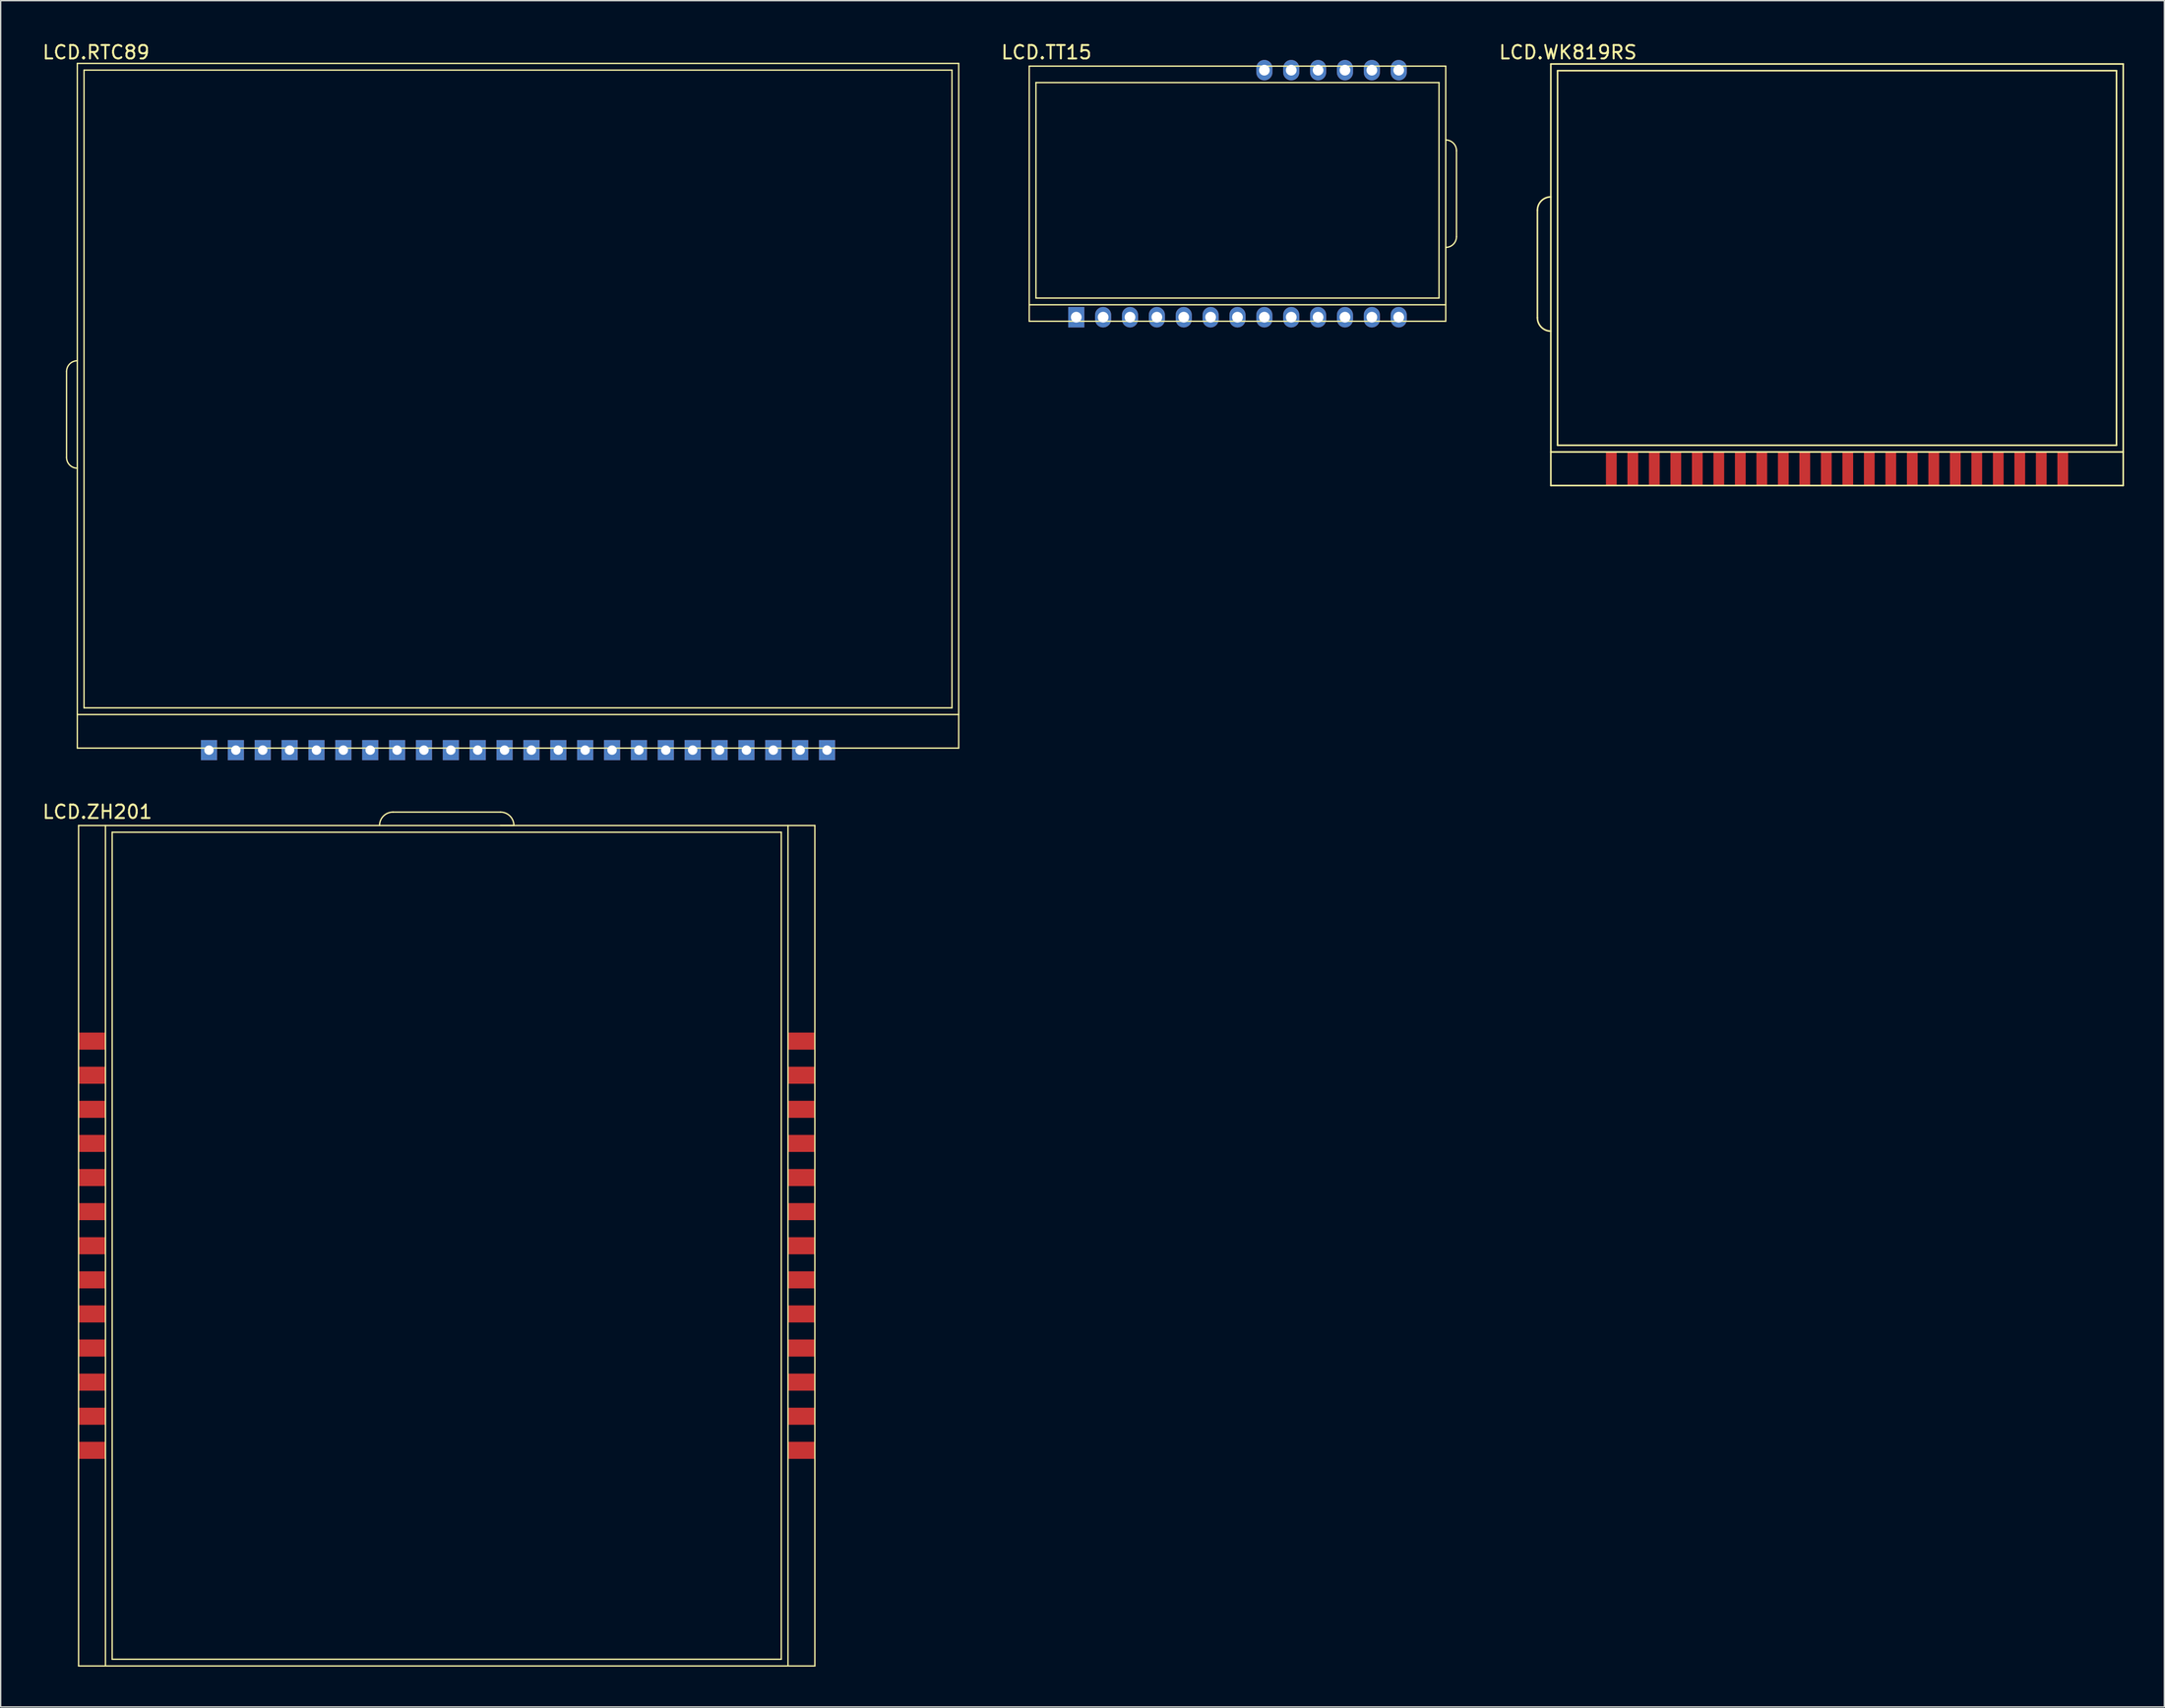
<source format=kicad_pcb>
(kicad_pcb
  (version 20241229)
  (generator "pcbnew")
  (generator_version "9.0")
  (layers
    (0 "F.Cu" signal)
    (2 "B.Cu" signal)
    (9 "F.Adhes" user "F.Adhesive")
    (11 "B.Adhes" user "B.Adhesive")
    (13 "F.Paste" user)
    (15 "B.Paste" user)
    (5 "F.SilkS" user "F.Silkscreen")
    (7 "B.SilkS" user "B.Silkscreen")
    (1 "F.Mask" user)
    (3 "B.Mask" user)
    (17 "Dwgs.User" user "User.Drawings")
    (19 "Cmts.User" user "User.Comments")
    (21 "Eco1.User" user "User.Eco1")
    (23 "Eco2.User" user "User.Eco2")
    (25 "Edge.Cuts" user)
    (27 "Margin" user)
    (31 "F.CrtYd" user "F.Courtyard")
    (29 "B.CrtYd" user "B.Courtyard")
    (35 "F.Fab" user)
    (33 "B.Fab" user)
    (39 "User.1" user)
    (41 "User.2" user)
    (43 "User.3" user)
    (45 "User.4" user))
  (footprint "LCD.ZH201"
    (layer "F.Cu")
    (at 28.453 90.314)
    (property "Reference" "LCD.ZH201" (at -24.257 -32.893 0) (layer "F.SilkS") (effects (font (size 1 1) (thickness 0.15))))
    (attr through_hole)
    (fp_line (start -25.654 -31.877) (end -25.654 30.723) (stroke (width 0.1) (type solid)) (layer "F.SilkS"))
    (fp_line (start -25.654 -31.877) (end 29.146 -31.877) (stroke (width 0.1) (type solid)) (layer "F.SilkS"))
    (fp_line (start -25.654 30.723) (end 29.146 30.723) (stroke (width 0.1) (type solid)) (layer "F.SilkS"))
    (fp_line (start -23.654 -31.877) (end -23.654 30.723) (stroke (width 0.1) (type solid)) (layer "F.SilkS"))
    (fp_line (start -23.154 -31.377) (end -23.154 30.223) (stroke (width 0.1) (type solid)) (layer "F.SilkS"))
    (fp_line (start -23.154 -31.377) (end 26.646 -31.377) (stroke (width 0.1) (type solid)) (layer "F.SilkS"))
    (fp_line (start -23.154 30.223) (end 26.646 30.223) (stroke (width 0.1) (type solid)) (layer "F.SilkS"))
    (fp_line (start -2.254 -32.877) (end 5.746 -32.877) (stroke (width 0.1) (type solid)) (layer "F.SilkS"))
    (fp_line (start 6.746 -31.877) (end 5.746 -31.877) (stroke (width 0.1) (type solid)) (layer "F.SilkS"))
    (fp_line (start 26.646 -31.377) (end 26.646 30.223) (stroke (width 0.1) (type solid)) (layer "F.SilkS"))
    (fp_line (start 27.146 -31.877) (end 27.146 30.723) (stroke (width 0.1) (type solid)) (layer "F.SilkS"))
    (fp_line (start 29.146 -31.877) (end 29.146 30.723) (stroke (width 0.1) (type solid)) (layer "F.SilkS"))
    (fp_arc (start -3.254 -31.877) (mid -2.961107 -32.584107) (end -2.254 -32.877) (stroke (width 0.1) (type solid)) (layer "F.SilkS"))
    (fp_arc (start 5.746 -32.877) (mid 6.453107 -32.584107) (end 6.746 -31.877) (stroke (width 0.1) (type solid)) (layer "F.SilkS"))
    (pad "1" smd rect (at 28.146 14.663) (size 2 1.27) (layers "F.Cu" "F.Mask" "F.Paste"))
    (pad "2" smd rect (at 28.146 12.123) (size 2 1.27) (layers "F.Cu" "F.Mask" "F.Paste"))
    (pad "3" smd rect (at 28.146 9.583) (size 2 1.27) (layers "F.Cu" "F.Mask" "F.Paste"))
    (pad "4" smd rect (at 28.146 7.043) (size 2 1.27) (layers "F.Cu" "F.Mask" "F.Paste"))
    (pad "5" smd rect (at 28.146 4.503) (size 2 1.27) (layers "F.Cu" "F.Mask" "F.Paste"))
    (pad "6" smd rect (at 28.146 1.963) (size 2 1.27) (layers "F.Cu" "F.Mask" "F.Paste"))
    (pad "7" smd rect (at 28.146 -0.577) (size 2 1.27) (layers "F.Cu" "F.Mask" "F.Paste"))
    (pad "8" smd rect (at 28.146 -3.117) (size 2 1.27) (layers "F.Cu" "F.Mask" "F.Paste"))
    (pad "9" smd rect (at 28.146 -5.657) (size 2 1.27) (layers "F.Cu" "F.Mask" "F.Paste"))
    (pad "10" smd rect (at 28.146 -8.197) (size 2 1.27) (layers "F.Cu" "F.Mask" "F.Paste"))
    (pad "11" smd rect (at 28.146 -10.737) (size 2 1.27) (layers "F.Cu" "F.Mask" "F.Paste"))
    (pad "12" smd rect (at 28.146 -13.277) (size 2 1.27) (layers "F.Cu" "F.Mask" "F.Paste"))
    (pad "13" smd rect (at 28.146 -15.817) (size 2 1.27) (layers "F.Cu" "F.Mask" "F.Paste"))
    (pad "14" smd rect (at -24.654 -15.817) (size 2 1.27) (layers "F.Cu" "F.Mask" "F.Paste"))
    (pad "15" smd rect (at -24.654 -13.277) (size 2 1.27) (layers "F.Cu" "F.Mask" "F.Paste"))
    (pad "16" smd rect (at -24.654 -10.737) (size 2 1.27) (layers "F.Cu" "F.Mask" "F.Paste"))
    (pad "17" smd rect (at -24.654 -8.197) (size 2 1.27) (layers "F.Cu" "F.Mask" "F.Paste"))
    (pad "18" smd rect (at -24.654 -5.657) (size 2 1.27) (layers "F.Cu" "F.Mask" "F.Paste"))
    (pad "19" smd rect (at -24.654 -3.117) (size 2 1.27) (layers "F.Cu" "F.Mask" "F.Paste"))
    (pad "20" smd rect (at -24.654 -0.577) (size 2 1.27) (layers "F.Cu" "F.Mask" "F.Paste"))
    (pad "21" smd rect (at -24.654 1.963) (size 2 1.27) (layers "F.Cu" "F.Mask" "F.Paste"))
    (pad "22" smd rect (at -24.654 4.503) (size 2 1.27) (layers "F.Cu" "F.Mask" "F.Paste"))
    (pad "23" smd rect (at -24.654 7.043) (size 2 1.27) (layers "F.Cu" "F.Mask" "F.Paste"))
    (pad "24" smd rect (at -24.654 9.583) (size 2 1.27) (layers "F.Cu" "F.Mask" "F.Paste"))
    (pad "25" smd rect (at -24.654 12.123) (size 2 1.27) (layers "F.Cu" "F.Mask" "F.Paste"))
    (pad "26" smd rect (at -24.654 14.663) (size 2 1.27) (layers "F.Cu" "F.Mask" "F.Paste")))
  (footprint "LCD.WK819RS"
    (layer "F.Cu")
    (at 133.206 16.731)
    (property "Reference" "LCD.WK819RS" (at -19.558 -15.883 0) (layer "F.SilkS") (effects (font (size 1 1) (thickness 0.15))))
    (attr through_hole)
    (fp_line (start -21.828 3.883) (end -21.828 -4.117) (stroke (width 0.12) (type solid)) (layer "F.SilkS"))
    (fp_line (start -20.828 -15.017) (end 21.772 -15.017) (stroke (width 0.12) (type solid)) (layer "F.SilkS"))
    (fp_line (start -20.828 13.883) (end 21.772 13.883) (stroke (width 0.12) (type solid)) (layer "F.SilkS"))
    (fp_line (start -20.828 16.383) (end -20.828 -15.017) (stroke (width 0.12) (type solid)) (layer "F.SilkS"))
    (fp_line (start -20.828 16.383) (end 21.772 16.383) (stroke (width 0.12) (type solid)) (layer "F.SilkS"))
    (fp_line (start -20.328 -14.517) (end 21.272 -14.517) (stroke (width 0.12) (type solid)) (layer "F.SilkS"))
    (fp_line (start -20.328 13.383) (end -20.328 -14.517) (stroke (width 0.12) (type solid)) (layer "F.SilkS"))
    (fp_line (start -20.328 13.383) (end 21.272 13.383) (stroke (width 0.12) (type solid)) (layer "F.SilkS"))
    (fp_line (start 21.272 13.383) (end 21.272 -14.517) (stroke (width 0.12) (type solid)) (layer "F.SilkS"))
    (fp_line (start 21.772 16.383) (end 21.772 -15.017) (stroke (width 0.12) (type solid)) (layer "F.SilkS"))
    (fp_arc (start -21.828 -4.117) (mid -21.535107 -4.824107) (end -20.828 -5.117) (stroke (width 0.12) (type solid)) (layer "F.SilkS"))
    (fp_arc (start -20.828 4.883) (mid -21.535107 4.590107) (end -21.828 3.883) (stroke (width 0.12) (type solid)) (layer "F.SilkS"))
    (pad "1" smd rect (at 17.272 15.133) (size 0.8 2.5) (layers "F.Cu" "F.Mask" "F.Paste"))
    (pad "2" smd rect (at 15.672 15.133) (size 0.8 2.5) (layers "F.Cu" "F.Mask" "F.Paste"))
    (pad "3" smd rect (at 14.072 15.133) (size 0.8 2.5) (layers "F.Cu" "F.Mask" "F.Paste"))
    (pad "4" smd rect (at 12.472 15.133) (size 0.8 2.5) (layers "F.Cu" "F.Mask" "F.Paste"))
    (pad "5" smd rect (at 10.872 15.133) (size 0.8 2.5) (layers "F.Cu" "F.Mask" "F.Paste"))
    (pad "6" smd rect (at 9.272 15.133) (size 0.8 2.5) (layers "F.Cu" "F.Mask" "F.Paste"))
    (pad "7" smd rect (at 7.672 15.133) (size 0.8 2.5) (layers "F.Cu" "F.Mask" "F.Paste"))
    (pad "8" smd rect (at 6.072 15.133) (size 0.8 2.5) (layers "F.Cu" "F.Mask" "F.Paste"))
    (pad "9" smd rect (at 4.472 15.133) (size 0.8 2.5) (layers "F.Cu" "F.Mask" "F.Paste"))
    (pad "10" smd rect (at 2.872 15.133) (size 0.8 2.5) (layers "F.Cu" "F.Mask" "F.Paste"))
    (pad "11" smd rect (at 1.272 15.133) (size 0.8 2.5) (layers "F.Cu" "F.Mask" "F.Paste"))
    (pad "12" smd rect (at -0.328 15.133) (size 0.8 2.5) (layers "F.Cu" "F.Mask" "F.Paste"))
    (pad "13" smd rect (at -1.928 15.133) (size 0.8 2.5) (layers "F.Cu" "F.Mask" "F.Paste"))
    (pad "14" smd rect (at -3.528 15.133) (size 0.8 2.5) (layers "F.Cu" "F.Mask" "F.Paste"))
    (pad "15" smd rect (at -5.128 15.133) (size 0.8 2.5) (layers "F.Cu" "F.Mask" "F.Paste"))
    (pad "16" smd rect (at -6.728 15.133) (size 0.8 2.5) (layers "F.Cu" "F.Mask" "F.Paste"))
    (pad "17" smd rect (at -8.328 15.133) (size 0.8 2.5) (layers "F.Cu" "F.Mask" "F.Paste"))
    (pad "18" smd rect (at -9.928 15.133) (size 0.8 2.5) (layers "F.Cu" "F.Mask" "F.Paste"))
    (pad "19" smd rect (at -11.528 15.133) (size 0.8 2.5) (layers "F.Cu" "F.Mask" "F.Paste"))
    (pad "20" smd rect (at -13.128 15.133) (size 0.8 2.5) (layers "F.Cu" "F.Mask" "F.Paste"))
    (pad "21" smd rect (at -14.728 15.133) (size 0.8 2.5) (layers "F.Cu" "F.Mask" "F.Paste"))
    (pad "22" smd rect (at -16.328 15.133) (size 0.8 2.5) (layers "F.Cu" "F.Mask" "F.Paste")))
  (footprint "LCD.RTC89"
    (layer "F.Cu")
    (at 33.311 26.129)
    (property "Reference" "LCD.RTC89" (at -29.21 -25.281 0) (layer "F.SilkS") (effects (font (size 1 1) (thickness 0.15))))
    (attr through_hole)
    (fp_line (start -31.407 4.893) (end -31.407 -1.507) (stroke (width 0.1) (type solid)) (layer "F.SilkS"))
    (fp_line (start -30.607 -24.457) (end 34.993 -24.457) (stroke (width 0.1) (type solid)) (layer "F.SilkS"))
    (fp_line (start -30.607 24.043) (end 34.993 24.043) (stroke (width 0.1) (type solid)) (layer "F.SilkS"))
    (fp_line (start -30.607 26.543) (end -30.607 -24.457) (stroke (width 0.1) (type solid)) (layer "F.SilkS"))
    (fp_line (start -30.607 26.543) (end 34.993 26.543) (stroke (width 0.1) (type solid)) (layer "F.SilkS"))
    (fp_line (start -30.107 -23.957) (end 34.493 -23.957) (stroke (width 0.1) (type solid)) (layer "F.SilkS"))
    (fp_line (start -30.107 23.543) (end -30.107 -23.957) (stroke (width 0.1) (type solid)) (layer "F.SilkS"))
    (fp_line (start -30.107 23.543) (end 34.493 23.543) (stroke (width 0.1) (type solid)) (layer "F.SilkS"))
    (fp_line (start 34.493 23.543) (end 34.493 -23.957) (stroke (width 0.1) (type solid)) (layer "F.SilkS"))
    (fp_line (start 34.993 26.543) (end 34.993 -24.457) (stroke (width 0.1) (type solid)) (layer "F.SilkS"))
    (fp_arc (start -31.407 -1.507) (mid -31.172685 -2.072685) (end -30.607 -2.307) (stroke (width 0.1) (type solid)) (layer "F.SilkS"))
    (fp_arc (start -30.607 5.693) (mid -31.172685 5.458685) (end -31.407 4.893) (stroke (width 0.1) (type solid)) (layer "F.SilkS"))
    (pad "1" thru_hole rect (at -20.807 26.693) (size 1.2 1.5) (drill 0.7) (layers "*.Cu" "*.Mask"))
    (pad "2" thru_hole rect (at -18.807 26.693) (size 1.2 1.5) (drill 0.7) (layers "*.Cu" "*.Mask"))
    (pad "3" thru_hole rect (at -16.807 26.693) (size 1.2 1.5) (drill 0.7) (layers "*.Cu" "*.Mask"))
    (pad "4" thru_hole rect (at -14.807 26.693) (size 1.2 1.5) (drill 0.7) (layers "*.Cu" "*.Mask"))
    (pad "5" thru_hole rect (at -12.807 26.693) (size 1.2 1.5) (drill 0.7) (layers "*.Cu" "*.Mask"))
    (pad "6" thru_hole rect (at -10.807 26.693) (size 1.2 1.5) (drill 0.7) (layers "*.Cu" "*.Mask"))
    (pad "7" thru_hole rect (at -8.807 26.693) (size 1.2 1.5) (drill 0.7) (layers "*.Cu" "*.Mask"))
    (pad "8" thru_hole rect (at -6.807 26.693) (size 1.2 1.5) (drill 0.7) (layers "*.Cu" "*.Mask"))
    (pad "9" thru_hole rect (at -4.807 26.693) (size 1.2 1.5) (drill 0.7) (layers "*.Cu" "*.Mask"))
    (pad "10" thru_hole rect (at -2.807 26.693) (size 1.2 1.5) (drill 0.7) (layers "*.Cu" "*.Mask"))
    (pad "11" thru_hole rect (at -0.807 26.693) (size 1.2 1.5) (drill 0.7) (layers "*.Cu" "*.Mask"))
    (pad "12" thru_hole rect (at 1.193 26.693) (size 1.2 1.5) (drill 0.7) (layers "*.Cu" "*.Mask"))
    (pad "13" thru_hole rect (at 3.193 26.693) (size 1.2 1.5) (drill 0.7) (layers "*.Cu" "*.Mask"))
    (pad "14" thru_hole rect (at 5.193 26.693) (size 1.2 1.5) (drill 0.7) (layers "*.Cu" "*.Mask"))
    (pad "15" thru_hole rect (at 7.193 26.693) (size 1.2 1.5) (drill 0.7) (layers "*.Cu" "*.Mask"))
    (pad "16" thru_hole rect (at 9.193 26.693) (size 1.2 1.5) (drill 0.7) (layers "*.Cu" "*.Mask"))
    (pad "17" thru_hole rect (at 11.193 26.693) (size 1.2 1.5) (drill 0.7) (layers "*.Cu" "*.Mask"))
    (pad "18" thru_hole rect (at 13.193 26.693) (size 1.2 1.5) (drill 0.7) (layers "*.Cu" "*.Mask"))
    (pad "19" thru_hole rect (at 15.193 26.693) (size 1.2 1.5) (drill 0.7) (layers "*.Cu" "*.Mask"))
    (pad "20" thru_hole rect (at 17.193 26.693) (size 1.2 1.5) (drill 0.7) (layers "*.Cu" "*.Mask"))
    (pad "21" thru_hole rect (at 19.193 26.693) (size 1.2 1.5) (drill 0.7) (layers "*.Cu" "*.Mask"))
    (pad "22" thru_hole rect (at 21.193 26.693) (size 1.2 1.5) (drill 0.7) (layers "*.Cu" "*.Mask"))
    (pad "23" thru_hole rect (at 23.193 26.693) (size 1.2 1.5) (drill 0.7) (layers "*.Cu" "*.Mask"))
    (pad "24" thru_hole rect (at 25.193 26.693) (size 1.2 1.5) (drill 0.7) (layers "*.Cu" "*.Mask")))
  (footprint "LCD.TT15"
    (layer "F.Cu")
    (at 87.651 12.113)
    (property "Reference" "LCD.TT15" (at -12.814 -11.265 0) (layer "F.SilkS") (effects (font (size 1 1) (thickness 0.15))))
    (attr through_hole)
    (fp_line (start -14.097 -10.237) (end 16.903 -10.237) (stroke (width 0.1) (type solid)) (layer "F.SilkS"))
    (fp_line (start -14.097 7.539) (end 16.903 7.539) (stroke (width 0.1) (type solid)) (layer "F.SilkS"))
    (fp_line (start -14.097 8.763) (end -14.097 -10.237) (stroke (width 0.1) (type solid)) (layer "F.SilkS"))
    (fp_line (start -14.097 8.763) (end 16.903 8.763) (stroke (width 0.1) (type solid)) (layer "F.SilkS"))
    (fp_line (start -13.597 -9.013) (end 16.403 -9.013) (stroke (width 0.1) (type solid)) (layer "F.SilkS"))
    (fp_line (start -13.597 7.039) (end -13.597 -9.013) (stroke (width 0.1) (type solid)) (layer "F.SilkS"))
    (fp_line (start -13.597 7.039) (end 16.403 7.039) (stroke (width 0.1) (type solid)) (layer "F.SilkS"))
    (fp_line (start 16.403 7.039) (end 16.403 -9.013) (stroke (width 0.1) (type solid)) (layer "F.SilkS"))
    (fp_line (start 16.903 8.763) (end 16.903 -10.237) (stroke (width 0.1) (type solid)) (layer "F.SilkS"))
    (fp_line (start 17.703 -3.937) (end 17.703 2.463) (stroke (width 0.1) (type solid)) (layer "F.SilkS"))
    (fp_arc (start 16.903 -4.737) (mid 17.468685 -4.502685) (end 17.703 -3.937) (stroke (width 0.1) (type solid)) (layer "F.SilkS"))
    (fp_arc (start 17.703 2.463) (mid 17.468685 3.028685) (end 16.903 3.263) (stroke (width 0.1) (type solid)) (layer "F.SilkS"))
    (pad "1" thru_hole rect (at -10.597 8.463) (size 1.2 1.524) (drill 0.8) (layers "*.Cu" "*.Mask"))
    (pad "2" thru_hole oval (at -8.597 8.463) (size 1.2 1.524) (drill 0.8) (layers "*.Cu" "*.Mask"))
    (pad "3" thru_hole oval (at -6.597 8.463) (size 1.2 1.524) (drill 0.8) (layers "*.Cu" "*.Mask"))
    (pad "4" thru_hole oval (at -4.597 8.463) (size 1.2 1.524) (drill 0.8) (layers "*.Cu" "*.Mask"))
    (pad "5" thru_hole oval (at -2.597 8.463) (size 1.2 1.524) (drill 0.8) (layers "*.Cu" "*.Mask"))
    (pad "6" thru_hole oval (at -0.597 8.463) (size 1.2 1.524) (drill 0.8) (layers "*.Cu" "*.Mask"))
    (pad "7" thru_hole oval (at 1.403 8.463) (size 1.2 1.524) (drill 0.8) (layers "*.Cu" "*.Mask"))
    (pad "8" thru_hole oval (at 3.403 8.463) (size 1.2 1.524) (drill 0.8) (layers "*.Cu" "*.Mask"))
    (pad "9" thru_hole oval (at 5.403 8.463) (size 1.2 1.524) (drill 0.8) (layers "*.Cu" "*.Mask"))
    (pad "10" thru_hole oval (at 7.403 8.463) (size 1.2 1.524) (drill 0.8) (layers "*.Cu" "*.Mask"))
    (pad "11" thru_hole oval (at 9.403 8.463) (size 1.2 1.524) (drill 0.8) (layers "*.Cu" "*.Mask"))
    (pad "12" thru_hole oval (at 11.403 8.463) (size 1.2 1.524) (drill 0.8) (layers "*.Cu" "*.Mask"))
    (pad "13" thru_hole oval (at 13.403 8.463) (size 1.2 1.524) (drill 0.8) (layers "*.Cu" "*.Mask"))
    (pad "14" thru_hole oval (at 13.403 -9.937) (size 1.2 1.524) (drill 0.8) (layers "*.Cu" "*.Mask"))
    (pad "15" thru_hole oval (at 11.403 -9.937) (size 1.2 1.524) (drill 0.8) (layers "*.Cu" "*.Mask"))
    (pad "16" thru_hole oval (at 9.403 -9.937) (size 1.2 1.524) (drill 0.8) (layers "*.Cu" "*.Mask"))
    (pad "17" thru_hole oval (at 7.403 -9.937) (size 1.2 1.524) (drill 0.8) (layers "*.Cu" "*.Mask"))
    (pad "18" thru_hole oval (at 5.403 -9.937) (size 1.2 1.524) (drill 0.8) (layers "*.Cu" "*.Mask"))
    (pad "19" thru_hole oval (at 3.403 -9.937) (size 1.2 1.524) (drill 0.8) (layers "*.Cu" "*.Mask")))
  (gr_rect
    (start -3 -3)
    (end 158.038 124.087)
    (stroke (width 0.1) (type default))
    (fill no)
    (layer "Edge.Cuts")))
</source>
